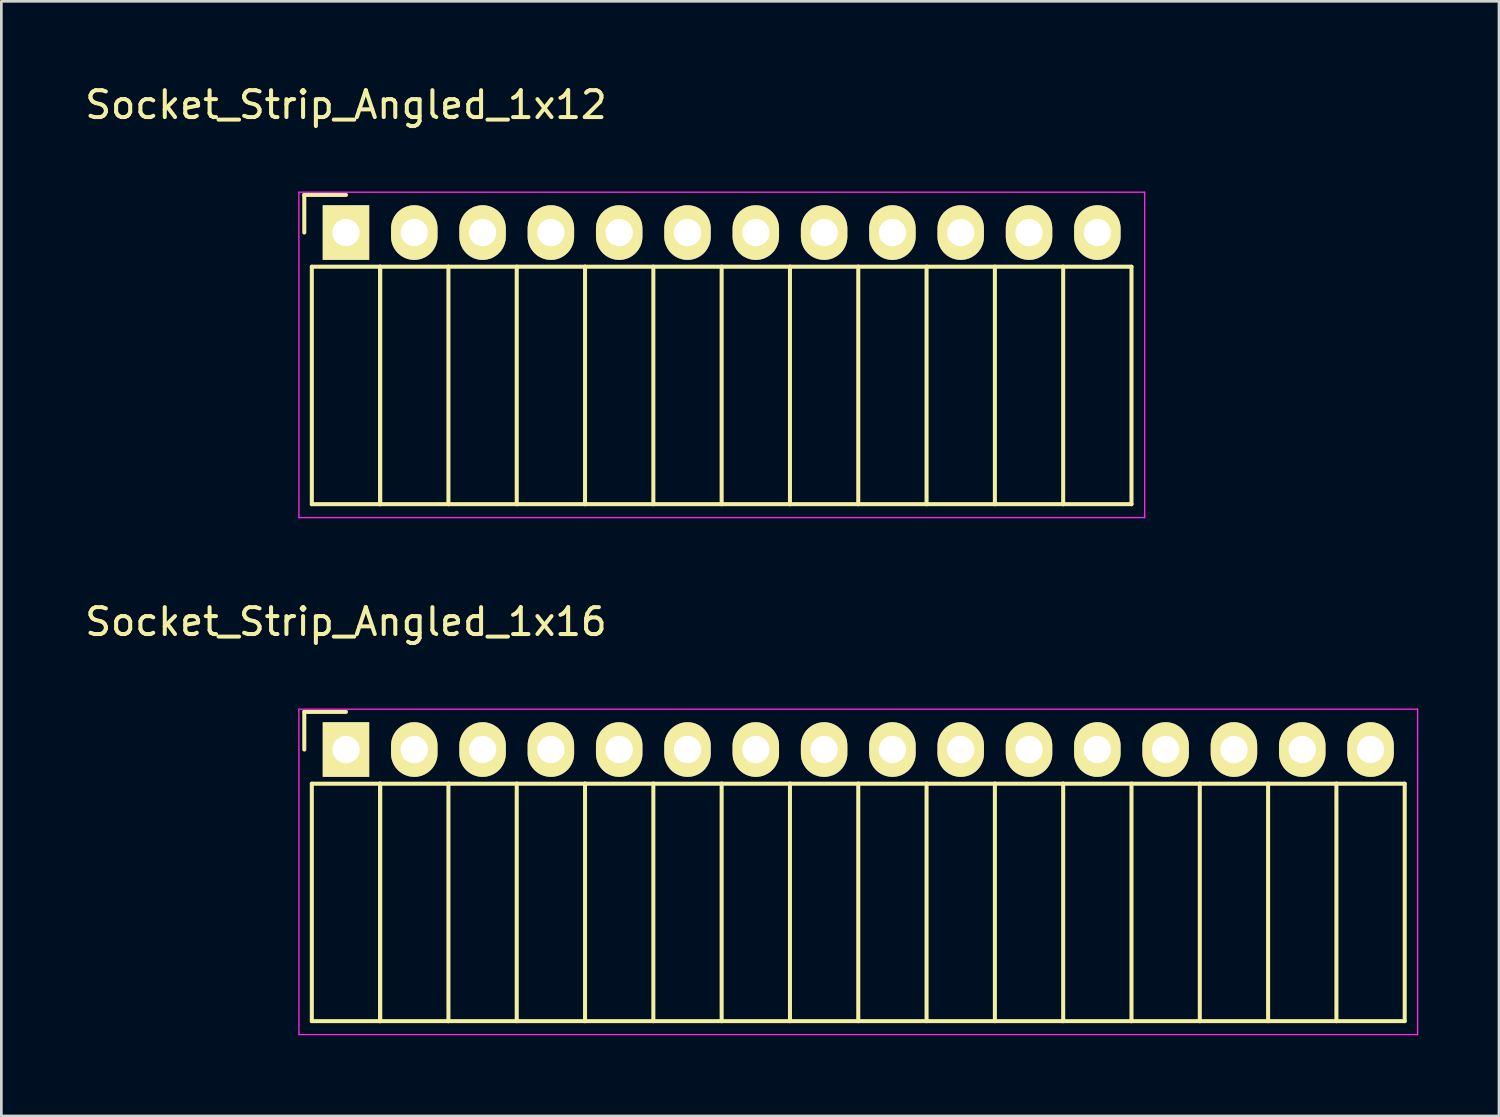
<source format=kicad_pcb>
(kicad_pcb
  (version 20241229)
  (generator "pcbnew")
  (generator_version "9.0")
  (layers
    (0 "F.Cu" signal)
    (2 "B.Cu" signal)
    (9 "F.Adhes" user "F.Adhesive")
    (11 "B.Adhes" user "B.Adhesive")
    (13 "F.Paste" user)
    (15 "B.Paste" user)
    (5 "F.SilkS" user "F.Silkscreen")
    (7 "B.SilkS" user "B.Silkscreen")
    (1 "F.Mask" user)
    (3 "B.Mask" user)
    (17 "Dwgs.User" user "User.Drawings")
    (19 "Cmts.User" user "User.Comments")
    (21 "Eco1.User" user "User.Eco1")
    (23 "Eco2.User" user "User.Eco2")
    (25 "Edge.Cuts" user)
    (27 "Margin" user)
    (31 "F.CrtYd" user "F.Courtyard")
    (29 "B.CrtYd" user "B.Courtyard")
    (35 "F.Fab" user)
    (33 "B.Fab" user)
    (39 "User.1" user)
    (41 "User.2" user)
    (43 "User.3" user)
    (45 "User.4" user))
  (footprint "Socket_Strip_Angled_1x12"
    (layer "F.Cu")
    (at 9.815 5.598)
    (property "Reference" "Socket_Strip_Angled_1x12" (at 0 -4.75 0) (layer "F.SilkS") (effects (font (size 1 1) (thickness 0.15))))
    (attr through_hole)
    (fp_line (start -1.55 -1.4) (end -1.55 0) (stroke (width 0.15) (type solid)) (layer "F.SilkS"))
    (fp_line (start -1.27 1.27) (end -1.27 10.1) (stroke (width 0.15) (type solid)) (layer "F.SilkS"))
    (fp_line (start -1.27 1.27) (end 1.27 1.27) (stroke (width 0.15) (type solid)) (layer "F.SilkS"))
    (fp_line (start -1.27 10.1) (end 1.27 10.1) (stroke (width 0.15) (type solid)) (layer "F.SilkS"))
    (fp_line (start 0 -1.4) (end -1.55 -1.4) (stroke (width 0.15) (type solid)) (layer "F.SilkS"))
    (fp_line (start 1.27 1.27) (end 1.27 10.1) (stroke (width 0.15) (type solid)) (layer "F.SilkS"))
    (fp_line (start 1.27 1.27) (end 3.81 1.27) (stroke (width 0.15) (type solid)) (layer "F.SilkS"))
    (fp_line (start 1.27 10.1) (end 1.27 1.27) (stroke (width 0.15) (type solid)) (layer "F.SilkS"))
    (fp_line (start 1.27 10.1) (end 3.81 10.1) (stroke (width 0.15) (type solid)) (layer "F.SilkS"))
    (fp_line (start 3.81 1.27) (end 6.35 1.27) (stroke (width 0.15) (type solid)) (layer "F.SilkS"))
    (fp_line (start 3.81 10.1) (end 3.81 1.27) (stroke (width 0.15) (type solid)) (layer "F.SilkS"))
    (fp_line (start 3.81 10.1) (end 6.35 10.1) (stroke (width 0.15) (type solid)) (layer "F.SilkS"))
    (fp_line (start 6.35 1.27) (end 8.89 1.27) (stroke (width 0.15) (type solid)) (layer "F.SilkS"))
    (fp_line (start 6.35 10.1) (end 6.35 1.27) (stroke (width 0.15) (type solid)) (layer "F.SilkS"))
    (fp_line (start 6.35 10.1) (end 8.89 10.1) (stroke (width 0.15) (type solid)) (layer "F.SilkS"))
    (fp_line (start 8.89 1.27) (end 11.43 1.27) (stroke (width 0.15) (type solid)) (layer "F.SilkS"))
    (fp_line (start 8.89 10.1) (end 8.89 1.27) (stroke (width 0.15) (type solid)) (layer "F.SilkS"))
    (fp_line (start 8.89 10.1) (end 11.43 10.1) (stroke (width 0.15) (type solid)) (layer "F.SilkS"))
    (fp_line (start 11.43 1.27) (end 13.97 1.27) (stroke (width 0.15) (type solid)) (layer "F.SilkS"))
    (fp_line (start 11.43 10.1) (end 11.43 1.27) (stroke (width 0.15) (type solid)) (layer "F.SilkS"))
    (fp_line (start 11.43 10.1) (end 13.97 10.1) (stroke (width 0.15) (type solid)) (layer "F.SilkS"))
    (fp_line (start 13.97 1.27) (end 16.51 1.27) (stroke (width 0.15) (type solid)) (layer "F.SilkS"))
    (fp_line (start 13.97 10.1) (end 13.97 1.27) (stroke (width 0.15) (type solid)) (layer "F.SilkS"))
    (fp_line (start 13.97 10.1) (end 16.51 10.1) (stroke (width 0.15) (type solid)) (layer "F.SilkS"))
    (fp_line (start 16.51 1.27) (end 19.05 1.27) (stroke (width 0.15) (type solid)) (layer "F.SilkS"))
    (fp_line (start 16.51 10.1) (end 16.51 1.27) (stroke (width 0.15) (type solid)) (layer "F.SilkS"))
    (fp_line (start 16.51 10.1) (end 19.05 10.1) (stroke (width 0.15) (type solid)) (layer "F.SilkS"))
    (fp_line (start 19.05 1.27) (end 21.59 1.27) (stroke (width 0.15) (type solid)) (layer "F.SilkS"))
    (fp_line (start 19.05 10.1) (end 19.05 1.27) (stroke (width 0.15) (type solid)) (layer "F.SilkS"))
    (fp_line (start 19.05 10.1) (end 21.59 10.1) (stroke (width 0.15) (type solid)) (layer "F.SilkS"))
    (fp_line (start 21.59 1.27) (end 24.13 1.27) (stroke (width 0.15) (type solid)) (layer "F.SilkS"))
    (fp_line (start 21.59 10.1) (end 21.59 1.27) (stroke (width 0.15) (type solid)) (layer "F.SilkS"))
    (fp_line (start 21.59 10.1) (end 24.13 10.1) (stroke (width 0.15) (type solid)) (layer "F.SilkS"))
    (fp_line (start 24.13 1.27) (end 26.67 1.27) (stroke (width 0.15) (type solid)) (layer "F.SilkS"))
    (fp_line (start 24.13 10.1) (end 24.13 1.27) (stroke (width 0.15) (type solid)) (layer "F.SilkS"))
    (fp_line (start 24.13 10.1) (end 26.67 10.1) (stroke (width 0.15) (type solid)) (layer "F.SilkS"))
    (fp_line (start 26.67 1.27) (end 29.21 1.27) (stroke (width 0.15) (type solid)) (layer "F.SilkS"))
    (fp_line (start 26.67 10.1) (end 26.67 1.27) (stroke (width 0.15) (type solid)) (layer "F.SilkS"))
    (fp_line (start 26.67 10.1) (end 29.21 10.1) (stroke (width 0.15) (type solid)) (layer "F.SilkS"))
    (fp_line (start 29.21 10.1) (end 29.21 1.27) (stroke (width 0.15) (type solid)) (layer "F.SilkS"))
    (fp_line (start -1.75 -1.5) (end -1.75 10.6) (stroke (width 0.05) (type solid)) (layer "F.CrtYd"))
    (fp_line (start -1.75 -1.5) (end 29.7 -1.5) (stroke (width 0.05) (type solid)) (layer "F.CrtYd"))
    (fp_line (start -1.75 10.6) (end 29.7 10.6) (stroke (width 0.05) (type solid)) (layer "F.CrtYd"))
    (fp_line (start 29.7 -1.5) (end 29.7 10.6) (stroke (width 0.05) (type solid)) (layer "F.CrtYd"))
    (pad "1" thru_hole rect (at 0 0) (size 1.727 2.032) (drill 1.016) (layers "*.Cu" "*.Mask" "F.SilkS"))
    (pad "2" thru_hole oval (at 2.54 0) (size 1.727 2.032) (drill 1.016) (layers "*.Cu" "*.Mask" "F.SilkS"))
    (pad "3" thru_hole oval (at 5.08 0) (size 1.727 2.032) (drill 1.016) (layers "*.Cu" "*.Mask" "F.SilkS"))
    (pad "4" thru_hole oval (at 7.62 0) (size 1.727 2.032) (drill 1.016) (layers "*.Cu" "*.Mask" "F.SilkS"))
    (pad "5" thru_hole oval (at 10.16 0) (size 1.727 2.032) (drill 1.016) (layers "*.Cu" "*.Mask" "F.SilkS"))
    (pad "6" thru_hole oval (at 12.7 0) (size 1.727 2.032) (drill 1.016) (layers "*.Cu" "*.Mask" "F.SilkS"))
    (pad "7" thru_hole oval (at 15.24 0) (size 1.727 2.032) (drill 1.016) (layers "*.Cu" "*.Mask" "F.SilkS"))
    (pad "8" thru_hole oval (at 17.78 0) (size 1.727 2.032) (drill 1.016) (layers "*.Cu" "*.Mask" "F.SilkS"))
    (pad "9" thru_hole oval (at 20.32 0) (size 1.727 2.032) (drill 1.016) (layers "*.Cu" "*.Mask" "F.SilkS"))
    (pad "10" thru_hole oval (at 22.86 0) (size 1.727 2.032) (drill 1.016) (layers "*.Cu" "*.Mask" "F.SilkS"))
    (pad "11" thru_hole oval (at 25.4 0) (size 1.727 2.032) (drill 1.016) (layers "*.Cu" "*.Mask" "F.SilkS"))
    (pad "12" thru_hole oval (at 27.94 0) (size 1.727 2.032) (drill 1.016) (layers "*.Cu" "*.Mask" "F.SilkS")))
  (footprint "Socket_Strip_Angled_1x16"
    (layer "F.Cu")
    (at 9.815 24.822)
    (property "Reference" "Socket_Strip_Angled_1x16" (at 0 -4.75 0) (layer "F.SilkS") (effects (font (size 1 1) (thickness 0.15))))
    (attr through_hole)
    (fp_line (start -1.55 -1.4) (end -1.55 0) (stroke (width 0.15) (type solid)) (layer "F.SilkS"))
    (fp_line (start -1.27 1.27) (end -1.27 10.1) (stroke (width 0.15) (type solid)) (layer "F.SilkS"))
    (fp_line (start -1.27 1.27) (end 1.27 1.27) (stroke (width 0.15) (type solid)) (layer "F.SilkS"))
    (fp_line (start -1.27 10.1) (end 1.27 10.1) (stroke (width 0.15) (type solid)) (layer "F.SilkS"))
    (fp_line (start 0 -1.4) (end -1.55 -1.4) (stroke (width 0.15) (type solid)) (layer "F.SilkS"))
    (fp_line (start 1.27 1.27) (end 1.27 10.1) (stroke (width 0.15) (type solid)) (layer "F.SilkS"))
    (fp_line (start 1.27 1.27) (end 3.81 1.27) (stroke (width 0.15) (type solid)) (layer "F.SilkS"))
    (fp_line (start 1.27 10.1) (end 1.27 1.27) (stroke (width 0.15) (type solid)) (layer "F.SilkS"))
    (fp_line (start 1.27 10.1) (end 3.81 10.1) (stroke (width 0.15) (type solid)) (layer "F.SilkS"))
    (fp_line (start 3.81 1.27) (end 6.35 1.27) (stroke (width 0.15) (type solid)) (layer "F.SilkS"))
    (fp_line (start 3.81 10.1) (end 3.81 1.27) (stroke (width 0.15) (type solid)) (layer "F.SilkS"))
    (fp_line (start 3.81 10.1) (end 6.35 10.1) (stroke (width 0.15) (type solid)) (layer "F.SilkS"))
    (fp_line (start 6.35 1.27) (end 8.89 1.27) (stroke (width 0.15) (type solid)) (layer "F.SilkS"))
    (fp_line (start 6.35 10.1) (end 6.35 1.27) (stroke (width 0.15) (type solid)) (layer "F.SilkS"))
    (fp_line (start 6.35 10.1) (end 8.89 10.1) (stroke (width 0.15) (type solid)) (layer "F.SilkS"))
    (fp_line (start 8.89 1.27) (end 11.43 1.27) (stroke (width 0.15) (type solid)) (layer "F.SilkS"))
    (fp_line (start 8.89 10.1) (end 8.89 1.27) (stroke (width 0.15) (type solid)) (layer "F.SilkS"))
    (fp_line (start 8.89 10.1) (end 11.43 10.1) (stroke (width 0.15) (type solid)) (layer "F.SilkS"))
    (fp_line (start 11.43 1.27) (end 13.97 1.27) (stroke (width 0.15) (type solid)) (layer "F.SilkS"))
    (fp_line (start 11.43 10.1) (end 11.43 1.27) (stroke (width 0.15) (type solid)) (layer "F.SilkS"))
    (fp_line (start 11.43 10.1) (end 13.97 10.1) (stroke (width 0.15) (type solid)) (layer "F.SilkS"))
    (fp_line (start 13.97 1.27) (end 16.51 1.27) (stroke (width 0.15) (type solid)) (layer "F.SilkS"))
    (fp_line (start 13.97 10.1) (end 13.97 1.27) (stroke (width 0.15) (type solid)) (layer "F.SilkS"))
    (fp_line (start 13.97 10.1) (end 16.51 10.1) (stroke (width 0.15) (type solid)) (layer "F.SilkS"))
    (fp_line (start 16.51 1.27) (end 19.05 1.27) (stroke (width 0.15) (type solid)) (layer "F.SilkS"))
    (fp_line (start 16.51 10.1) (end 16.51 1.27) (stroke (width 0.15) (type solid)) (layer "F.SilkS"))
    (fp_line (start 16.51 10.1) (end 19.05 10.1) (stroke (width 0.15) (type solid)) (layer "F.SilkS"))
    (fp_line (start 19.05 1.27) (end 21.59 1.27) (stroke (width 0.15) (type solid)) (layer "F.SilkS"))
    (fp_line (start 19.05 10.1) (end 19.05 1.27) (stroke (width 0.15) (type solid)) (layer "F.SilkS"))
    (fp_line (start 19.05 10.1) (end 21.59 10.1) (stroke (width 0.15) (type solid)) (layer "F.SilkS"))
    (fp_line (start 21.59 1.27) (end 24.13 1.27) (stroke (width 0.15) (type solid)) (layer "F.SilkS"))
    (fp_line (start 21.59 10.1) (end 21.59 1.27) (stroke (width 0.15) (type solid)) (layer "F.SilkS"))
    (fp_line (start 21.59 10.1) (end 24.13 10.1) (stroke (width 0.15) (type solid)) (layer "F.SilkS"))
    (fp_line (start 24.13 1.27) (end 26.67 1.27) (stroke (width 0.15) (type solid)) (layer "F.SilkS"))
    (fp_line (start 24.13 10.1) (end 24.13 1.27) (stroke (width 0.15) (type solid)) (layer "F.SilkS"))
    (fp_line (start 24.13 10.1) (end 26.67 10.1) (stroke (width 0.15) (type solid)) (layer "F.SilkS"))
    (fp_line (start 26.67 1.27) (end 29.21 1.27) (stroke (width 0.15) (type solid)) (layer "F.SilkS"))
    (fp_line (start 26.67 10.1) (end 26.67 1.27) (stroke (width 0.15) (type solid)) (layer "F.SilkS"))
    (fp_line (start 26.67 10.1) (end 29.21 10.1) (stroke (width 0.15) (type solid)) (layer "F.SilkS"))
    (fp_line (start 29.21 1.27) (end 31.75 1.27) (stroke (width 0.15) (type solid)) (layer "F.SilkS"))
    (fp_line (start 29.21 10.1) (end 29.21 1.27) (stroke (width 0.15) (type solid)) (layer "F.SilkS"))
    (fp_line (start 29.21 10.1) (end 31.75 10.1) (stroke (width 0.15) (type solid)) (layer "F.SilkS"))
    (fp_line (start 31.75 1.27) (end 34.29 1.27) (stroke (width 0.15) (type solid)) (layer "F.SilkS"))
    (fp_line (start 31.75 10.1) (end 31.75 1.27) (stroke (width 0.15) (type solid)) (layer "F.SilkS"))
    (fp_line (start 31.75 10.1) (end 34.29 10.1) (stroke (width 0.15) (type solid)) (layer "F.SilkS"))
    (fp_line (start 34.29 1.27) (end 36.83 1.27) (stroke (width 0.15) (type solid)) (layer "F.SilkS"))
    (fp_line (start 34.29 10.1) (end 34.29 1.27) (stroke (width 0.15) (type solid)) (layer "F.SilkS"))
    (fp_line (start 34.29 10.1) (end 36.83 10.1) (stroke (width 0.15) (type solid)) (layer "F.SilkS"))
    (fp_line (start 36.83 1.27) (end 39.37 1.27) (stroke (width 0.15) (type solid)) (layer "F.SilkS"))
    (fp_line (start 36.83 10.1) (end 36.83 1.27) (stroke (width 0.15) (type solid)) (layer "F.SilkS"))
    (fp_line (start 36.83 10.1) (end 39.37 10.1) (stroke (width 0.15) (type solid)) (layer "F.SilkS"))
    (fp_line (start 39.37 10.1) (end 39.37 1.27) (stroke (width 0.15) (type solid)) (layer "F.SilkS"))
    (fp_line (start -1.75 -1.5) (end -1.75 10.6) (stroke (width 0.05) (type solid)) (layer "F.CrtYd"))
    (fp_line (start -1.75 -1.5) (end 39.85 -1.5) (stroke (width 0.05) (type solid)) (layer "F.CrtYd"))
    (fp_line (start -1.75 10.6) (end 39.85 10.6) (stroke (width 0.05) (type solid)) (layer "F.CrtYd"))
    (fp_line (start 39.85 -1.5) (end 39.85 10.6) (stroke (width 0.05) (type solid)) (layer "F.CrtYd"))
    (pad "1" thru_hole rect (at 0 0) (size 1.727 2.032) (drill 1.016) (layers "*.Cu" "*.Mask" "F.SilkS"))
    (pad "2" thru_hole oval (at 2.54 0) (size 1.727 2.032) (drill 1.016) (layers "*.Cu" "*.Mask" "F.SilkS"))
    (pad "3" thru_hole oval (at 5.08 0) (size 1.727 2.032) (drill 1.016) (layers "*.Cu" "*.Mask" "F.SilkS"))
    (pad "4" thru_hole oval (at 7.62 0) (size 1.727 2.032) (drill 1.016) (layers "*.Cu" "*.Mask" "F.SilkS"))
    (pad "5" thru_hole oval (at 10.16 0) (size 1.727 2.032) (drill 1.016) (layers "*.Cu" "*.Mask" "F.SilkS"))
    (pad "6" thru_hole oval (at 12.7 0) (size 1.727 2.032) (drill 1.016) (layers "*.Cu" "*.Mask" "F.SilkS"))
    (pad "7" thru_hole oval (at 15.24 0) (size 1.727 2.032) (drill 1.016) (layers "*.Cu" "*.Mask" "F.SilkS"))
    (pad "8" thru_hole oval (at 17.78 0) (size 1.727 2.032) (drill 1.016) (layers "*.Cu" "*.Mask" "F.SilkS"))
    (pad "9" thru_hole oval (at 20.32 0) (size 1.727 2.032) (drill 1.016) (layers "*.Cu" "*.Mask" "F.SilkS"))
    (pad "10" thru_hole oval (at 22.86 0) (size 1.727 2.032) (drill 1.016) (layers "*.Cu" "*.Mask" "F.SilkS"))
    (pad "11" thru_hole oval (at 25.4 0) (size 1.727 2.032) (drill 1.016) (layers "*.Cu" "*.Mask" "F.SilkS"))
    (pad "12" thru_hole oval (at 27.94 0) (size 1.727 2.032) (drill 1.016) (layers "*.Cu" "*.Mask" "F.SilkS"))
    (pad "13" thru_hole oval (at 30.48 0) (size 1.727 2.032) (drill 1.016) (layers "*.Cu" "*.Mask" "F.SilkS"))
    (pad "14" thru_hole oval (at 33.02 0) (size 1.727 2.032) (drill 1.016) (layers "*.Cu" "*.Mask" "F.SilkS"))
    (pad "15" thru_hole oval (at 35.56 0) (size 1.727 2.032) (drill 1.016) (layers "*.Cu" "*.Mask" "F.SilkS"))
    (pad "16" thru_hole oval (at 38.1 0) (size 1.727 2.032) (drill 1.016) (layers "*.Cu" "*.Mask" "F.SilkS")))
  (gr_rect
    (start -3 -3)
    (end 52.69 38.447)
    (stroke (width 0.1) (type default))
    (fill no)
    (layer "Edge.Cuts")))
</source>
